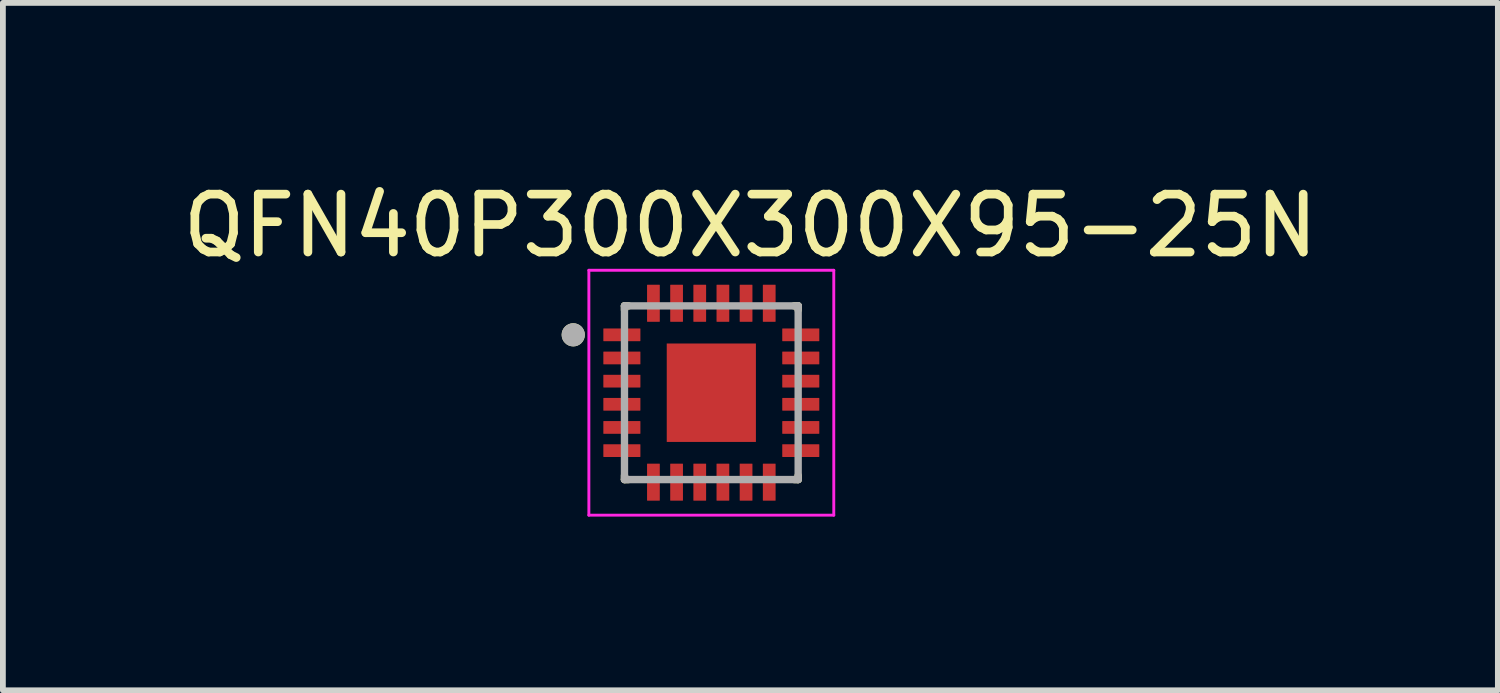
<source format=kicad_pcb>
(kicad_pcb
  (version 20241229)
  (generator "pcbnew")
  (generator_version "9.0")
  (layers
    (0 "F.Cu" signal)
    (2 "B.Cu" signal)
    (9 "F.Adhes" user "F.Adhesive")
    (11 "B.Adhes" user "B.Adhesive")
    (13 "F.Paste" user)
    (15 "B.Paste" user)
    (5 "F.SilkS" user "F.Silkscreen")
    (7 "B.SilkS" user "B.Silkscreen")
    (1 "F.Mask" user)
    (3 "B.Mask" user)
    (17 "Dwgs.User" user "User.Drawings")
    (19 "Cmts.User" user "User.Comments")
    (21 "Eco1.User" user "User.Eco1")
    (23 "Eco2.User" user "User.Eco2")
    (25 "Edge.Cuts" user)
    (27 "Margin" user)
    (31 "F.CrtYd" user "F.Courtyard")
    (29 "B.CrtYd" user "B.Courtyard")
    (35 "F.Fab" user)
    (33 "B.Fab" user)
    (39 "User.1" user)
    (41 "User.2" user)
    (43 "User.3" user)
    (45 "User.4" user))
  (footprint "QFN40P300X300X95-25N"
    (layer "F.Cu")
    (at 9.236 3.733)
    (property "Reference" "QFN40P300X300X95-25N" (at 0.675 -2.885 0) (layer "F.SilkS") (effects (font (size 1 1) (thickness 0.15))))
    (attr through_hole)
    (fp_line (start -1.5 -1.5) (end -1.5 -1.43) (stroke (width 0.127) (type solid)) (layer "F.SilkS"))
    (fp_line (start -1.5 -1.5) (end -1.43 -1.5) (stroke (width 0.127) (type solid)) (layer "F.SilkS"))
    (fp_line (start -1.5 1.5) (end -1.5 1.43) (stroke (width 0.127) (type solid)) (layer "F.SilkS"))
    (fp_line (start -1.5 1.5) (end -1.43 1.5) (stroke (width 0.127) (type solid)) (layer "F.SilkS"))
    (fp_line (start 1.5 -1.5) (end 1.43 -1.5) (stroke (width 0.127) (type solid)) (layer "F.SilkS"))
    (fp_line (start 1.5 -1.5) (end 1.5 -1.43) (stroke (width 0.127) (type solid)) (layer "F.SilkS"))
    (fp_line (start 1.5 1.5) (end 1.43 1.5) (stroke (width 0.127) (type solid)) (layer "F.SilkS"))
    (fp_line (start 1.5 1.5) (end 1.5 1.43) (stroke (width 0.127) (type solid)) (layer "F.SilkS"))
    (fp_circle (center -2.385 -1) (end -2.285 -1) (stroke (width 0.2) (type solid)) (fill no) (layer "F.SilkS"))
    (fp_poly (pts (xy -0.485 -0.54) (xy 0.485 -0.54) (xy 0.485 0.54) (xy -0.485 0.54)) (stroke (width 0.01) (type solid)) (fill yes) (layer "F.Paste"))
    (fp_line (start -2.115 -2.115) (end 2.115 -2.115) (stroke (width 0.05) (type solid)) (layer "F.CrtYd"))
    (fp_line (start -2.115 2.115) (end -2.115 -2.115) (stroke (width 0.05) (type solid)) (layer "F.CrtYd"))
    (fp_line (start -2.115 2.115) (end 2.115 2.115) (stroke (width 0.05) (type solid)) (layer "F.CrtYd"))
    (fp_line (start 2.115 2.115) (end 2.115 -2.115) (stroke (width 0.05) (type solid)) (layer "F.CrtYd"))
    (fp_line (start -1.5 1.5) (end -1.5 -1.5) (stroke (width 0.127) (type solid)) (layer "F.Fab"))
    (fp_line (start 1.5 -1.5) (end -1.5 -1.5) (stroke (width 0.127) (type solid)) (layer "F.Fab"))
    (fp_line (start 1.5 1.5) (end -1.5 1.5) (stroke (width 0.127) (type solid)) (layer "F.Fab"))
    (fp_line (start 1.5 1.5) (end 1.5 -1.5) (stroke (width 0.127) (type solid)) (layer "F.Fab"))
    (fp_circle (center -2.385 -1) (end -2.285 -1) (stroke (width 0.2) (type solid)) (fill no) (layer "F.Fab"))
    (pad "1" smd roundrect (at -1.545 -1) (size 0.64 0.22) (layers "F.Cu" "F.Mask" "F.Paste") (roundrect_rratio 0.03))
    (pad "2" smd roundrect (at -1.545 -0.6) (size 0.64 0.22) (layers "F.Cu" "F.Mask" "F.Paste") (roundrect_rratio 0.03))
    (pad "3" smd roundrect (at -1.545 -0.2) (size 0.64 0.22) (layers "F.Cu" "F.Mask" "F.Paste") (roundrect_rratio 0.03))
    (pad "4" smd roundrect (at -1.545 0.2) (size 0.64 0.22) (layers "F.Cu" "F.Mask" "F.Paste") (roundrect_rratio 0.03))
    (pad "5" smd roundrect (at -1.545 0.6) (size 0.64 0.22) (layers "F.Cu" "F.Mask" "F.Paste") (roundrect_rratio 0.03))
    (pad "6" smd roundrect (at -1.545 1) (size 0.64 0.22) (layers "F.Cu" "F.Mask" "F.Paste") (roundrect_rratio 0.03))
    (pad "7" smd roundrect (at -1 1.545 90) (size 0.64 0.22) (layers "F.Cu" "F.Mask" "F.Paste") (roundrect_rratio 0.03))
    (pad "8" smd roundrect (at -0.6 1.545 90) (size 0.64 0.22) (layers "F.Cu" "F.Mask" "F.Paste") (roundrect_rratio 0.03))
    (pad "9" smd roundrect (at -0.2 1.545 90) (size 0.64 0.22) (layers "F.Cu" "F.Mask" "F.Paste") (roundrect_rratio 0.03))
    (pad "10" smd roundrect (at 0.2 1.545 90) (size 0.64 0.22) (layers "F.Cu" "F.Mask" "F.Paste") (roundrect_rratio 0.03))
    (pad "11" smd roundrect (at 0.6 1.545 90) (size 0.64 0.22) (layers "F.Cu" "F.Mask" "F.Paste") (roundrect_rratio 0.03))
    (pad "12" smd roundrect (at 1 1.545 90) (size 0.64 0.22) (layers "F.Cu" "F.Mask" "F.Paste") (roundrect_rratio 0.03))
    (pad "13" smd roundrect (at 1.545 1) (size 0.64 0.22) (layers "F.Cu" "F.Mask" "F.Paste") (roundrect_rratio 0.03))
    (pad "14" smd roundrect (at 1.545 0.6) (size 0.64 0.22) (layers "F.Cu" "F.Mask" "F.Paste") (roundrect_rratio 0.03))
    (pad "15" smd roundrect (at 1.545 0.2) (size 0.64 0.22) (layers "F.Cu" "F.Mask" "F.Paste") (roundrect_rratio 0.03))
    (pad "16" smd roundrect (at 1.545 -0.2) (size 0.64 0.22) (layers "F.Cu" "F.Mask" "F.Paste") (roundrect_rratio 0.03))
    (pad "17" smd roundrect (at 1.545 -0.6) (size 0.64 0.22) (layers "F.Cu" "F.Mask" "F.Paste") (roundrect_rratio 0.03))
    (pad "18" smd roundrect (at 1.545 -1) (size 0.64 0.22) (layers "F.Cu" "F.Mask" "F.Paste") (roundrect_rratio 0.03))
    (pad "19" smd roundrect (at 1 -1.545 90) (size 0.64 0.22) (layers "F.Cu" "F.Mask" "F.Paste") (roundrect_rratio 0.03))
    (pad "20" smd roundrect (at 0.6 -1.545 90) (size 0.64 0.22) (layers "F.Cu" "F.Mask" "F.Paste") (roundrect_rratio 0.03))
    (pad "21" smd roundrect (at 0.2 -1.545 90) (size 0.64 0.22) (layers "F.Cu" "F.Mask" "F.Paste") (roundrect_rratio 0.03))
    (pad "22" smd roundrect (at -0.2 -1.545 90) (size 0.64 0.22) (layers "F.Cu" "F.Mask" "F.Paste") (roundrect_rratio 0.03))
    (pad "23" smd roundrect (at -0.6 -1.545 90) (size 0.64 0.22) (layers "F.Cu" "F.Mask" "F.Paste") (roundrect_rratio 0.03))
    (pad "24" smd roundrect (at -1 -1.545 90) (size 0.64 0.22) (layers "F.Cu" "F.Mask" "F.Paste") (roundrect_rratio 0.03))
    (pad "25" smd rect (at 0 0) (size 1.54 1.7) (layers "F.Cu" "F.Mask")))
  (gr_rect
    (start -3 -3)
    (end 22.821 8.873)
    (stroke (width 0.1) (type default))
    (fill no)
    (layer "Edge.Cuts")))
</source>
